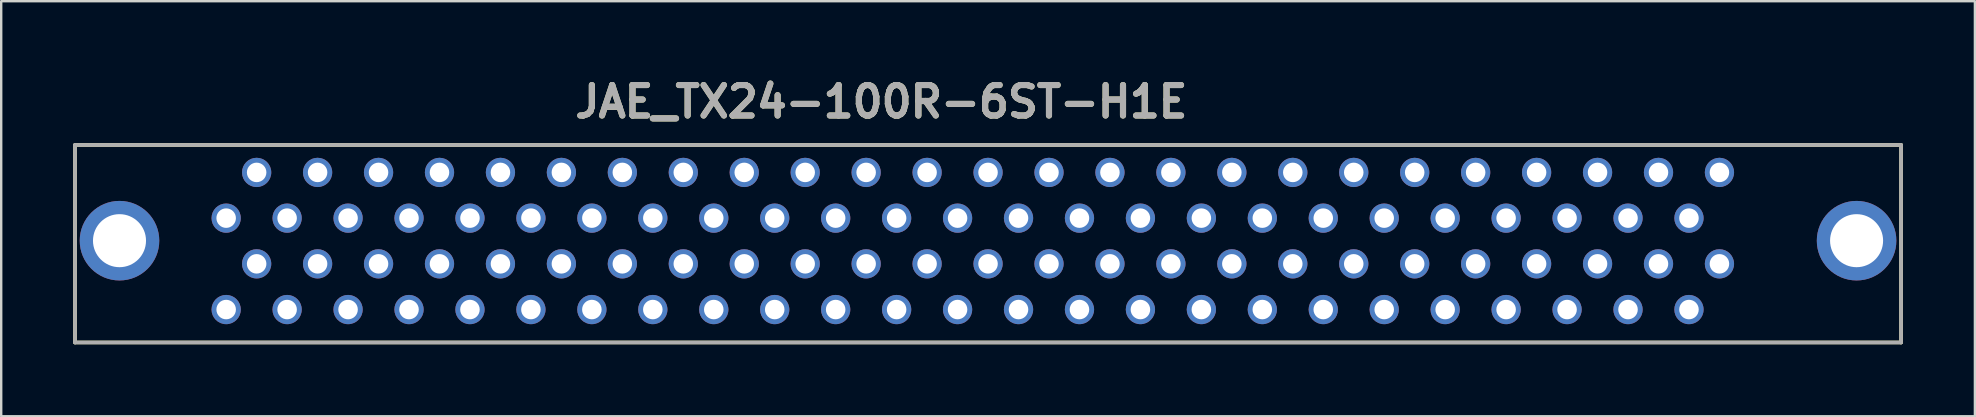
<source format=kicad_pcb>
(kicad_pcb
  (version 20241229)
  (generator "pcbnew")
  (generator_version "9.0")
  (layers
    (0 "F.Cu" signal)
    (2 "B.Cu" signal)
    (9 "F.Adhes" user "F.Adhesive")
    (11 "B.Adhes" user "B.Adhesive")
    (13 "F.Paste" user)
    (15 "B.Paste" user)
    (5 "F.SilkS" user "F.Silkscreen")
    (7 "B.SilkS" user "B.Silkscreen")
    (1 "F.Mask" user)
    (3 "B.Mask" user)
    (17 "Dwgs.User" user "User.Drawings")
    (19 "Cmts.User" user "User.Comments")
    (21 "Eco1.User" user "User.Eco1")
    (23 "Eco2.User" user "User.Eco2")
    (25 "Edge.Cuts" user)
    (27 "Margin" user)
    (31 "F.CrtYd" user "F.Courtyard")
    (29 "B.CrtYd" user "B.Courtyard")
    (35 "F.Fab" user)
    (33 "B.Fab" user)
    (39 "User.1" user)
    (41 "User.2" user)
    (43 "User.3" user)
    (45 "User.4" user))
  (footprint "JAE_TX24-100R-6ST-H1E"
    (layer "F.Cu")
    (at 38.125 2.992)
    (property "Reference" "JAE_TX24-100R-6ST-H1E" (at -4.445 -1.803 0) (layer "F.SilkS") (effects (font (size 1.27 1.27) (thickness 0.254))))
    (attr through_hole)
    (fp_line (start -38.049 0) (end -38.049 8.23) (stroke (width 0.152) (type solid)) (layer "F.SilkS"))
    (fp_line (start -38.049 8.23) (end 38.049 8.23) (stroke (width 0.152) (type solid)) (layer "F.SilkS"))
    (fp_line (start 38.049 0) (end -38.049 0) (stroke (width 0.152) (type solid)) (layer "F.SilkS"))
    (fp_line (start 38.049 8.23) (end 38.049 0) (stroke (width 0.152) (type solid)) (layer "F.SilkS"))
    (fp_line (start -38.049 0) (end -38.049 8.23) (stroke (width 0.152) (type solid)) (layer "F.Fab"))
    (fp_line (start -38.049 8.23) (end 38.049 8.23) (stroke (width 0.152) (type solid)) (layer "F.Fab"))
    (fp_line (start 38.049 0) (end -38.049 0) (stroke (width 0.152) (type solid)) (layer "F.Fab"))
    (fp_line (start 38.049 8.23) (end 38.049 0) (stroke (width 0.152) (type solid)) (layer "F.Fab"))
    (fp_text user "${REFERENCE}" (at -4.445 -1.803 0) (layer "F.Fab") (effects (font (size 1.27 1.27) (thickness 0.254))))
    (pad "1" thru_hole circle (at 30.48 1.143) (size 1.219 1.219) (drill 0.813) (layers "*.Cu" "*.Mask"))
    (pad "2" thru_hole circle (at 29.21 3.048) (size 1.219 1.219) (drill 0.813) (layers "*.Cu" "*.Mask"))
    (pad "3" thru_hole circle (at 27.94 1.143) (size 1.219 1.219) (drill 0.813) (layers "*.Cu" "*.Mask"))
    (pad "4" thru_hole circle (at 26.67 3.048) (size 1.219 1.219) (drill 0.813) (layers "*.Cu" "*.Mask"))
    (pad "5" thru_hole circle (at 25.4 1.143) (size 1.219 1.219) (drill 0.813) (layers "*.Cu" "*.Mask"))
    (pad "6" thru_hole circle (at 24.13 3.048) (size 1.219 1.219) (drill 0.813) (layers "*.Cu" "*.Mask"))
    (pad "7" thru_hole circle (at 22.86 1.143) (size 1.219 1.219) (drill 0.813) (layers "*.Cu" "*.Mask"))
    (pad "8" thru_hole circle (at 21.59 3.048) (size 1.219 1.219) (drill 0.813) (layers "*.Cu" "*.Mask"))
    (pad "9" thru_hole circle (at 20.32 1.143) (size 1.219 1.219) (drill 0.813) (layers "*.Cu" "*.Mask"))
    (pad "10" thru_hole circle (at 19.05 3.048) (size 1.219 1.219) (drill 0.813) (layers "*.Cu" "*.Mask"))
    (pad "11" thru_hole circle (at 17.78 1.143) (size 1.219 1.219) (drill 0.813) (layers "*.Cu" "*.Mask"))
    (pad "12" thru_hole circle (at 16.51 3.048) (size 1.219 1.219) (drill 0.813) (layers "*.Cu" "*.Mask"))
    (pad "13" thru_hole circle (at 15.24 1.143) (size 1.219 1.219) (drill 0.813) (layers "*.Cu" "*.Mask"))
    (pad "14" thru_hole circle (at 13.97 3.048) (size 1.219 1.219) (drill 0.813) (layers "*.Cu" "*.Mask"))
    (pad "15" thru_hole circle (at 12.7 1.143) (size 1.219 1.219) (drill 0.813) (layers "*.Cu" "*.Mask"))
    (pad "16" thru_hole circle (at 11.43 3.048) (size 1.219 1.219) (drill 0.813) (layers "*.Cu" "*.Mask"))
    (pad "17" thru_hole circle (at 10.16 1.143) (size 1.219 1.219) (drill 0.813) (layers "*.Cu" "*.Mask"))
    (pad "18" thru_hole circle (at 8.89 3.048) (size 1.219 1.219) (drill 0.813) (layers "*.Cu" "*.Mask"))
    (pad "19" thru_hole circle (at 7.62 1.143) (size 1.219 1.219) (drill 0.813) (layers "*.Cu" "*.Mask"))
    (pad "20" thru_hole circle (at 6.35 3.048) (size 1.219 1.219) (drill 0.813) (layers "*.Cu" "*.Mask"))
    (pad "21" thru_hole circle (at 5.08 1.143) (size 1.219 1.219) (drill 0.813) (layers "*.Cu" "*.Mask"))
    (pad "22" thru_hole circle (at 3.81 3.048) (size 1.219 1.219) (drill 0.813) (layers "*.Cu" "*.Mask"))
    (pad "23" thru_hole circle (at 2.54 1.143) (size 1.219 1.219) (drill 0.813) (layers "*.Cu" "*.Mask"))
    (pad "24" thru_hole circle (at 1.27 3.048) (size 1.219 1.219) (drill 0.813) (layers "*.Cu" "*.Mask"))
    (pad "25" thru_hole circle (at 0 1.143) (size 1.219 1.219) (drill 0.813) (layers "*.Cu" "*.Mask"))
    (pad "26" thru_hole circle (at -1.27 3.048) (size 1.219 1.219) (drill 0.813) (layers "*.Cu" "*.Mask"))
    (pad "27" thru_hole circle (at -2.54 1.143) (size 1.219 1.219) (drill 0.813) (layers "*.Cu" "*.Mask"))
    (pad "28" thru_hole circle (at -3.81 3.048) (size 1.219 1.219) (drill 0.813) (layers "*.Cu" "*.Mask"))
    (pad "29" thru_hole circle (at -5.08 1.143) (size 1.219 1.219) (drill 0.813) (layers "*.Cu" "*.Mask"))
    (pad "30" thru_hole circle (at -6.35 3.048) (size 1.219 1.219) (drill 0.813) (layers "*.Cu" "*.Mask"))
    (pad "31" thru_hole circle (at -7.62 1.143) (size 1.219 1.219) (drill 0.813) (layers "*.Cu" "*.Mask"))
    (pad "32" thru_hole circle (at -8.89 3.048) (size 1.219 1.219) (drill 0.813) (layers "*.Cu" "*.Mask"))
    (pad "33" thru_hole circle (at -10.16 1.143) (size 1.219 1.219) (drill 0.813) (layers "*.Cu" "*.Mask"))
    (pad "34" thru_hole circle (at -11.43 3.048) (size 1.219 1.219) (drill 0.813) (layers "*.Cu" "*.Mask"))
    (pad "35" thru_hole circle (at -12.7 1.143) (size 1.219 1.219) (drill 0.813) (layers "*.Cu" "*.Mask"))
    (pad "36" thru_hole circle (at -13.97 3.048) (size 1.219 1.219) (drill 0.813) (layers "*.Cu" "*.Mask"))
    (pad "37" thru_hole circle (at -15.24 1.143) (size 1.219 1.219) (drill 0.813) (layers "*.Cu" "*.Mask"))
    (pad "38" thru_hole circle (at -16.51 3.048) (size 1.219 1.219) (drill 0.813) (layers "*.Cu" "*.Mask"))
    (pad "39" thru_hole circle (at -17.78 1.143) (size 1.219 1.219) (drill 0.813) (layers "*.Cu" "*.Mask"))
    (pad "40" thru_hole circle (at -19.05 3.048) (size 1.219 1.219) (drill 0.813) (layers "*.Cu" "*.Mask"))
    (pad "41" thru_hole circle (at -20.32 1.143) (size 1.219 1.219) (drill 0.813) (layers "*.Cu" "*.Mask"))
    (pad "42" thru_hole circle (at -21.59 3.048) (size 1.219 1.219) (drill 0.813) (layers "*.Cu" "*.Mask"))
    (pad "43" thru_hole circle (at -22.86 1.143) (size 1.219 1.219) (drill 0.813) (layers "*.Cu" "*.Mask"))
    (pad "44" thru_hole circle (at -24.13 3.048) (size 1.219 1.219) (drill 0.813) (layers "*.Cu" "*.Mask"))
    (pad "45" thru_hole circle (at -25.4 1.143) (size 1.219 1.219) (drill 0.813) (layers "*.Cu" "*.Mask"))
    (pad "46" thru_hole circle (at -26.67 3.048) (size 1.219 1.219) (drill 0.813) (layers "*.Cu" "*.Mask"))
    (pad "47" thru_hole circle (at -27.94 1.143) (size 1.219 1.219) (drill 0.813) (layers "*.Cu" "*.Mask"))
    (pad "48" thru_hole circle (at -29.21 3.048) (size 1.219 1.219) (drill 0.813) (layers "*.Cu" "*.Mask"))
    (pad "49" thru_hole circle (at -30.48 1.143) (size 1.219 1.219) (drill 0.813) (layers "*.Cu" "*.Mask"))
    (pad "50" thru_hole circle (at -31.75 3.048) (size 1.219 1.219) (drill 0.813) (layers "*.Cu" "*.Mask"))
    (pad "51" thru_hole circle (at 30.48 4.953) (size 1.219 1.219) (drill 0.813) (layers "*.Cu" "*.Mask"))
    (pad "52" thru_hole circle (at 29.21 6.858) (size 1.219 1.219) (drill 0.813) (layers "*.Cu" "*.Mask"))
    (pad "53" thru_hole circle (at 27.94 4.953) (size 1.219 1.219) (drill 0.813) (layers "*.Cu" "*.Mask"))
    (pad "54" thru_hole circle (at 26.67 6.858) (size 1.219 1.219) (drill 0.813) (layers "*.Cu" "*.Mask"))
    (pad "55" thru_hole circle (at 25.4 4.953) (size 1.219 1.219) (drill 0.813) (layers "*.Cu" "*.Mask"))
    (pad "56" thru_hole circle (at 24.13 6.858) (size 1.219 1.219) (drill 0.813) (layers "*.Cu" "*.Mask"))
    (pad "57" thru_hole circle (at 22.86 4.953) (size 1.219 1.219) (drill 0.813) (layers "*.Cu" "*.Mask"))
    (pad "58" thru_hole circle (at 21.59 6.858) (size 1.219 1.219) (drill 0.813) (layers "*.Cu" "*.Mask"))
    (pad "59" thru_hole circle (at 20.32 4.953) (size 1.219 1.219) (drill 0.813) (layers "*.Cu" "*.Mask"))
    (pad "60" thru_hole circle (at 19.05 6.858) (size 1.219 1.219) (drill 0.813) (layers "*.Cu" "*.Mask"))
    (pad "61" thru_hole circle (at 17.78 4.953) (size 1.219 1.219) (drill 0.813) (layers "*.Cu" "*.Mask"))
    (pad "62" thru_hole circle (at 16.51 6.858) (size 1.219 1.219) (drill 0.813) (layers "*.Cu" "*.Mask"))
    (pad "63" thru_hole circle (at 15.24 4.953) (size 1.219 1.219) (drill 0.813) (layers "*.Cu" "*.Mask"))
    (pad "64" thru_hole circle (at 13.97 6.858) (size 1.219 1.219) (drill 0.813) (layers "*.Cu" "*.Mask"))
    (pad "65" thru_hole circle (at 12.7 4.953) (size 1.219 1.219) (drill 0.813) (layers "*.Cu" "*.Mask"))
    (pad "66" thru_hole circle (at 11.43 6.858) (size 1.219 1.219) (drill 0.813) (layers "*.Cu" "*.Mask"))
    (pad "67" thru_hole circle (at 10.16 4.953) (size 1.219 1.219) (drill 0.813) (layers "*.Cu" "*.Mask"))
    (pad "68" thru_hole circle (at 8.89 6.858) (size 1.219 1.219) (drill 0.813) (layers "*.Cu" "*.Mask"))
    (pad "69" thru_hole circle (at 7.62 4.953) (size 1.219 1.219) (drill 0.813) (layers "*.Cu" "*.Mask"))
    (pad "70" thru_hole circle (at 6.35 6.858) (size 1.219 1.219) (drill 0.813) (layers "*.Cu" "*.Mask"))
    (pad "71" thru_hole circle (at 5.08 4.953) (size 1.219 1.219) (drill 0.813) (layers "*.Cu" "*.Mask"))
    (pad "72" thru_hole circle (at 3.81 6.858) (size 1.219 1.219) (drill 0.813) (layers "*.Cu" "*.Mask"))
    (pad "73" thru_hole circle (at 2.54 4.953) (size 1.219 1.219) (drill 0.813) (layers "*.Cu" "*.Mask"))
    (pad "74" thru_hole circle (at 1.27 6.858) (size 1.219 1.219) (drill 0.813) (layers "*.Cu" "*.Mask"))
    (pad "75" thru_hole circle (at 0 4.953) (size 1.219 1.219) (drill 0.813) (layers "*.Cu" "*.Mask"))
    (pad "76" thru_hole circle (at -1.27 6.858) (size 1.219 1.219) (drill 0.813) (layers "*.Cu" "*.Mask"))
    (pad "77" thru_hole circle (at -2.54 4.953) (size 1.219 1.219) (drill 0.813) (layers "*.Cu" "*.Mask"))
    (pad "78" thru_hole circle (at -3.81 6.858) (size 1.219 1.219) (drill 0.813) (layers "*.Cu" "*.Mask"))
    (pad "79" thru_hole circle (at -5.08 4.953) (size 1.219 1.219) (drill 0.813) (layers "*.Cu" "*.Mask"))
    (pad "80" thru_hole circle (at -6.35 6.858) (size 1.219 1.219) (drill 0.813) (layers "*.Cu" "*.Mask"))
    (pad "81" thru_hole circle (at -7.62 4.953) (size 1.219 1.219) (drill 0.813) (layers "*.Cu" "*.Mask"))
    (pad "82" thru_hole circle (at -8.89 6.858) (size 1.219 1.219) (drill 0.813) (layers "*.Cu" "*.Mask"))
    (pad "83" thru_hole circle (at -10.16 4.953) (size 1.219 1.219) (drill 0.813) (layers "*.Cu" "*.Mask"))
    (pad "84" thru_hole circle (at -11.43 6.858) (size 1.219 1.219) (drill 0.813) (layers "*.Cu" "*.Mask"))
    (pad "85" thru_hole circle (at -12.7 4.953) (size 1.219 1.219) (drill 0.813) (layers "*.Cu" "*.Mask"))
    (pad "86" thru_hole circle (at -13.97 6.858) (size 1.219 1.219) (drill 0.813) (layers "*.Cu" "*.Mask"))
    (pad "87" thru_hole circle (at -15.24 4.953) (size 1.219 1.219) (drill 0.813) (layers "*.Cu" "*.Mask"))
    (pad "88" thru_hole circle (at -16.51 6.858) (size 1.219 1.219) (drill 0.813) (layers "*.Cu" "*.Mask"))
    (pad "89" thru_hole circle (at -17.78 4.953) (size 1.219 1.219) (drill 0.813) (layers "*.Cu" "*.Mask"))
    (pad "90" thru_hole circle (at -19.05 6.858) (size 1.219 1.219) (drill 0.813) (layers "*.Cu" "*.Mask"))
    (pad "91" thru_hole circle (at -20.32 4.953) (size 1.219 1.219) (drill 0.813) (layers "*.Cu" "*.Mask"))
    (pad "92" thru_hole circle (at -21.59 6.858) (size 1.219 1.219) (drill 0.813) (layers "*.Cu" "*.Mask"))
    (pad "93" thru_hole circle (at -22.86 4.953) (size 1.219 1.219) (drill 0.813) (layers "*.Cu" "*.Mask"))
    (pad "94" thru_hole circle (at -24.13 6.858) (size 1.219 1.219) (drill 0.813) (layers "*.Cu" "*.Mask"))
    (pad "95" thru_hole circle (at -25.4 4.953) (size 1.219 1.219) (drill 0.813) (layers "*.Cu" "*.Mask"))
    (pad "96" thru_hole circle (at -26.67 6.858) (size 1.219 1.219) (drill 0.813) (layers "*.Cu" "*.Mask"))
    (pad "97" thru_hole circle (at -27.94 4.953) (size 1.219 1.219) (drill 0.813) (layers "*.Cu" "*.Mask"))
    (pad "98" thru_hole circle (at -29.21 6.858) (size 1.219 1.219) (drill 0.813) (layers "*.Cu" "*.Mask"))
    (pad "99" thru_hole circle (at -30.48 4.953) (size 1.219 1.219) (drill 0.813) (layers "*.Cu" "*.Mask"))
    (pad "100" thru_hole circle (at -31.75 6.858) (size 1.219 1.219) (drill 0.813) (layers "*.Cu" "*.Mask"))
    (pad "101" thru_hole circle (at -36.195 3.988) (size 3.315 3.315) (drill 2.21) (layers "*.Cu" "*.Mask"))
    (pad "102" thru_hole circle (at 36.195 3.988) (size 3.315 3.315) (drill 2.21) (layers "*.Cu" "*.Mask")))
  (gr_rect
    (start -3 -3)
    (end 79.251 14.298)
    (stroke (width 0.1) (type default))
    (fill no)
    (layer "Edge.Cuts")))
</source>
